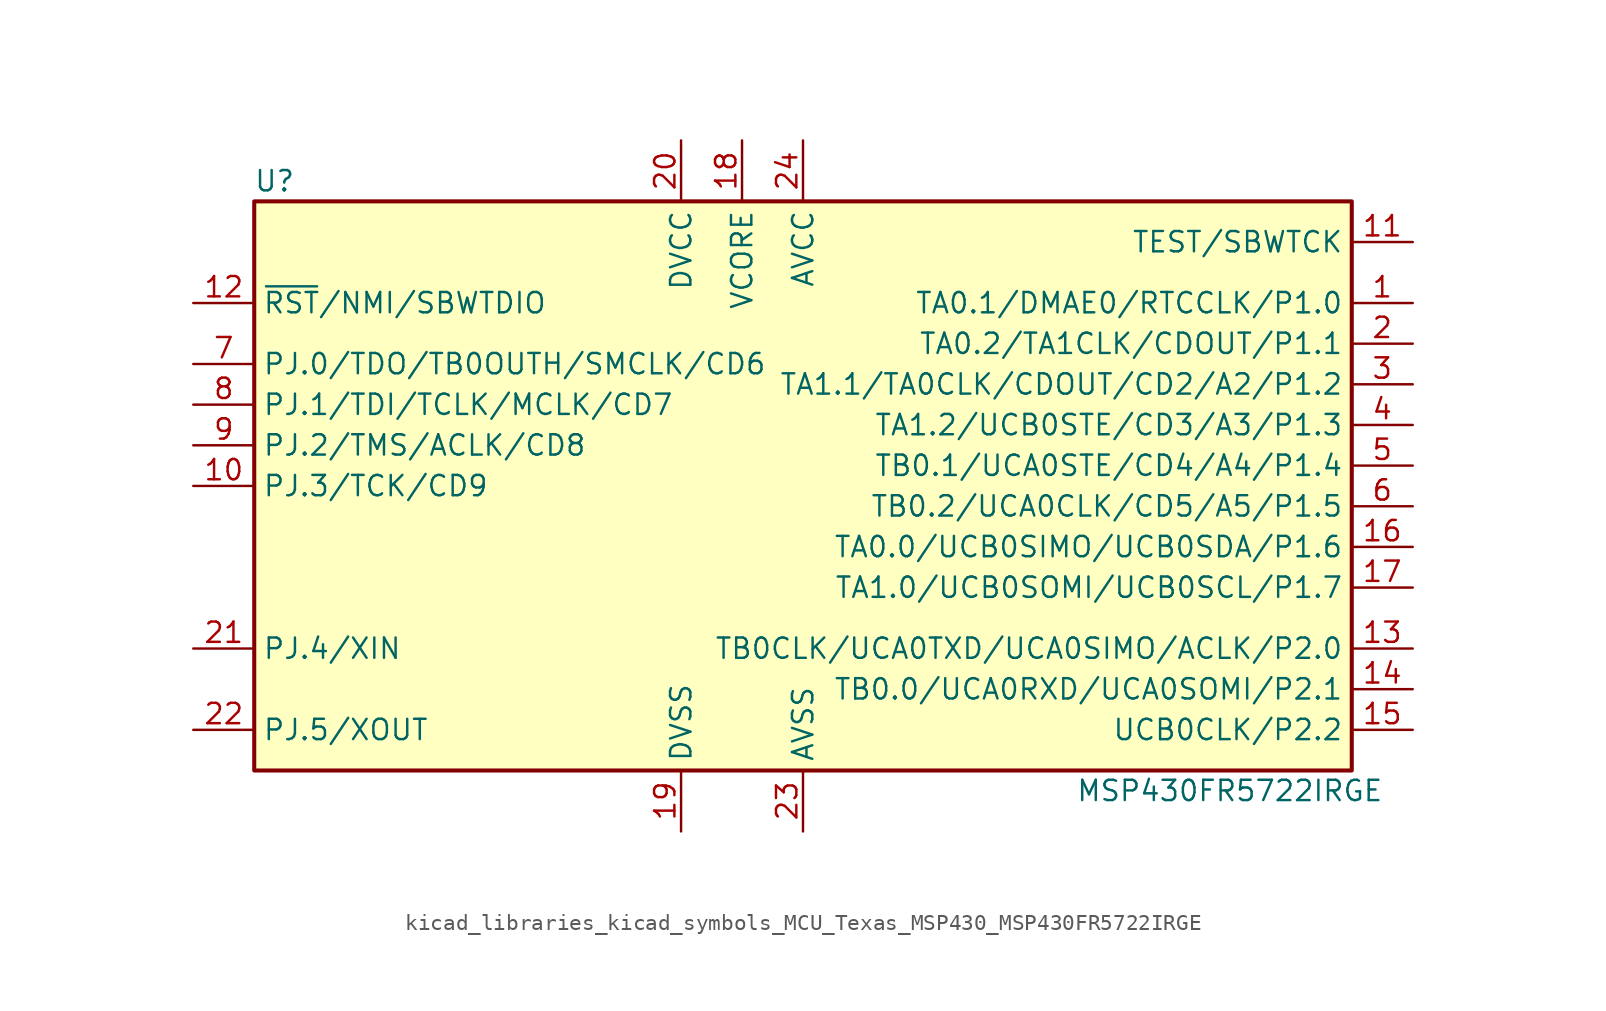
<source format=kicad_sym>
(kicad_symbol_lib
  (version 20220914)
  (generator kicad_symbol_editor)
  (symbol "kicad_libraries_kicad_symbols_MCU_Texas_MSP430_MSP430FR5722IRGE"
    (property "Reference" "U"
      (at -33.02 19.05 0)
      (effects (font (size 1.27 1.27))))
    (property "Value" "MSP430FR5722IRGE"
      (at 26.67 -19.05 0)
      (effects (font (size 1.27 1.27))))
    (symbol "kicad_libraries_kicad_symbols_MCU_Texas_MSP430_MSP430FR5722IRGE_0_1"
      (rectangle (start -34.29 17.78) (end 34.29 -17.78) (stroke (width 0.254) (type default)) (fill (type background))))
    (symbol "kicad_libraries_kicad_symbols_MCU_Texas_MSP430_MSP430FR5722IRGE_1_1"
      (pin bidirectional line (at 38.1 11.43 180) (length 3.81) (name "TA0.1/DMAE0/RTCCLK/P1.0" (effects (font (size 1.27 1.27)))) (number "1" (effects (font (size 1.27 1.27)))))
      (pin bidirectional line (at -38.1 0 0) (length 3.81) (name "PJ.3/TCK/CD9" (effects (font (size 1.27 1.27)))) (number "10" (effects (font (size 1.27 1.27)))))
      (pin input line (at 38.1 15.24 180) (length 3.81) (name "TEST/SBWTCK" (effects (font (size 1.27 1.27)))) (number "11" (effects (font (size 1.27 1.27)))))
      (pin input line (at -38.1 11.43 0) (length 3.81) (name "~{RST}/NMI/SBWTDIO" (effects (font (size 1.27 1.27)))) (number "12" (effects (font (size 1.27 1.27)))))
      (pin input line (at 38.1 -10.16 180) (length 3.81) (name "TB0CLK/UCA0TXD/UCA0SIMO/ACLK/P2.0" (effects (font (size 1.27 1.27)))) (number "13" (effects (font (size 1.27 1.27)))))
      (pin input line (at 38.1 -12.7 180) (length 3.81) (name "TB0.0/UCA0RXD/UCA0SOMI/P2.1" (effects (font (size 1.27 1.27)))) (number "14" (effects (font (size 1.27 1.27)))))
      (pin input line (at 38.1 -15.24 180) (length 3.81) (name "UCB0CLK/P2.2" (effects (font (size 1.27 1.27)))) (number "15" (effects (font (size 1.27 1.27)))))
      (pin input line (at 38.1 -3.81 180) (length 3.81) (name "TA0.0/UCB0SIMO/UCB0SDA/P1.6" (effects (font (size 1.27 1.27)))) (number "16" (effects (font (size 1.27 1.27)))))
      (pin input line (at 38.1 -6.35 180) (length 3.81) (name "TA1.0/UCB0SOMI/UCB0SCL/P1.7" (effects (font (size 1.27 1.27)))) (number "17" (effects (font (size 1.27 1.27)))))
      (pin input line (at -3.81 21.59 270) (length 3.81) (name "VCORE" (effects (font (size 1.27 1.27)))) (number "18" (effects (font (size 1.27 1.27)))))
      (pin power_in line (at -7.62 -21.59 90) (length 3.81) (name "DVSS" (effects (font (size 1.27 1.27)))) (number "19" (effects (font (size 1.27 1.27)))))
      (pin bidirectional line (at 38.1 8.89 180) (length 3.81) (name "TA0.2/TA1CLK/CDOUT/P1.1" (effects (font (size 1.27 1.27)))) (number "2" (effects (font (size 1.27 1.27)))))
      (pin power_in line (at -7.62 21.59 270) (length 3.81) (name "DVCC" (effects (font (size 1.27 1.27)))) (number "20" (effects (font (size 1.27 1.27)))))
      (pin input line (at -38.1 -10.16 0) (length 3.81) (name "PJ.4/XIN" (effects (font (size 1.27 1.27)))) (number "21" (effects (font (size 1.27 1.27)))))
      (pin input line (at -38.1 -15.24 0) (length 3.81) (name "PJ.5/XOUT" (effects (font (size 1.27 1.27)))) (number "22" (effects (font (size 1.27 1.27)))))
      (pin power_in line (at 0 -21.59 90) (length 3.81) (name "AVSS" (effects (font (size 1.27 1.27)))) (number "23" (effects (font (size 1.27 1.27)))))
      (pin power_in line (at 0 21.59 270) (length 3.81) (name "AVCC" (effects (font (size 1.27 1.27)))) (number "24" (effects (font (size 1.27 1.27)))))
      (pin bidirectional line (at 38.1 6.35 180) (length 3.81) (name "TA1.1/TA0CLK/CDOUT/CD2/A2/P1.2" (effects (font (size 1.27 1.27)))) (number "3" (effects (font (size 1.27 1.27)))))
      (pin bidirectional line (at 38.1 3.81 180) (length 3.81) (name "TA1.2/UCB0STE/CD3/A3/P1.3" (effects (font (size 1.27 1.27)))) (number "4" (effects (font (size 1.27 1.27)))))
      (pin bidirectional line (at 38.1 1.27 180) (length 3.81) (name "TB0.1/UCA0STE/CD4/A4/P1.4" (effects (font (size 1.27 1.27)))) (number "5" (effects (font (size 1.27 1.27)))))
      (pin bidirectional line (at 38.1 -1.27 180) (length 3.81) (name "TB0.2/UCA0CLK/CD5/A5/P1.5" (effects (font (size 1.27 1.27)))) (number "6" (effects (font (size 1.27 1.27)))))
      (pin bidirectional line (at -38.1 7.62 0) (length 3.81) (name "PJ.0/TDO/TB0OUTH/SMCLK/CD6" (effects (font (size 1.27 1.27)))) (number "7" (effects (font (size 1.27 1.27)))))
      (pin bidirectional line (at -38.1 5.08 0) (length 3.81) (name "PJ.1/TDI/TCLK/MCLK/CD7" (effects (font (size 1.27 1.27)))) (number "8" (effects (font (size 1.27 1.27)))))
      (pin bidirectional line (at -38.1 2.54 0) (length 3.81) (name "PJ.2/TMS/ACLK/CD8" (effects (font (size 1.27 1.27)))) (number "9" (effects (font (size 1.27 1.27))))))))
</source>
